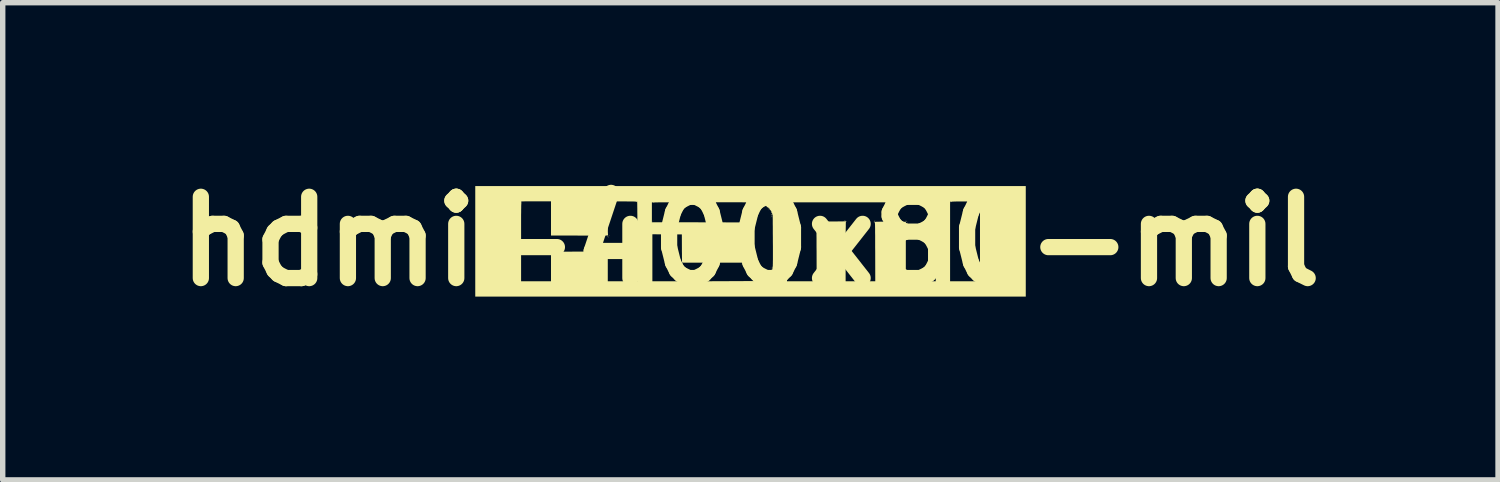
<source format=kicad_pcb>
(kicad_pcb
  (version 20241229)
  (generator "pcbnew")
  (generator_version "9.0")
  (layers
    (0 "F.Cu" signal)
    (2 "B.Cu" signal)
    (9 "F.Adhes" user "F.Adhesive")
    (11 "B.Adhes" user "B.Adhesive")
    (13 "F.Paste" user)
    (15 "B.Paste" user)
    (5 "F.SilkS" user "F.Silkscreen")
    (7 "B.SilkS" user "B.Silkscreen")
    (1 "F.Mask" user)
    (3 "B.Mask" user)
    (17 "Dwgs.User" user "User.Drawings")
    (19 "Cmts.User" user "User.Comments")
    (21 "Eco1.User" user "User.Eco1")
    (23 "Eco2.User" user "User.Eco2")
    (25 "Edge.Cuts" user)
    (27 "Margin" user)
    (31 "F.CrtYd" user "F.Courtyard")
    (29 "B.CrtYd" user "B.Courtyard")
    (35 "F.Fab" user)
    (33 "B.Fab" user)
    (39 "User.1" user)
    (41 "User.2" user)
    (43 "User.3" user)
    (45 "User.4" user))
  (footprint "hdmi-400x80-mil"
    (layer "F.Cu")
    (at 10.8 1.404)
    (property "Reference" "hdmi-400x80-mil" (at 0 0 0) (layer "F.SilkS") (effects (font (size 1.5 1.5) (thickness 0.3))))
    (attr board_only exclude_from_pos_files exclude_from_bom)
    (fp_poly (pts (xy -4.221 -0.73) (xy -4.224 -0.727) (xy -4.227 -0.73) (xy -4.224 -0.733)) (stroke (width 0) (type solid)) (fill yes) (layer "F.SilkS"))
    (fp_poly (pts (xy -2.626 0.155) (xy -2.629 0.158) (xy -2.632 0.155) (xy -2.629 0.152)) (stroke (width 0) (type solid)) (fill yes) (layer "F.SilkS"))
    (fp_poly (pts (xy -2.615 0.166) (xy -2.618 0.169) (xy -2.621 0.166) (xy -2.618 0.163)) (stroke (width 0) (type solid)) (fill yes) (layer "F.SilkS"))
    (fp_poly (pts (xy -2.609 -0.719) (xy -2.612 -0.716) (xy -2.615 -0.719) (xy -2.612 -0.721)) (stroke (width 0) (type solid)) (fill yes) (layer "F.SilkS"))
    (fp_poly (pts (xy -2.604 0.161) (xy -2.607 0.163) (xy -2.609 0.161) (xy -2.607 0.158)) (stroke (width 0) (type solid)) (fill yes) (layer "F.SilkS"))
    (fp_poly (pts (xy -2.604 0.189) (xy -2.607 0.192) (xy -2.609 0.189) (xy -2.607 0.186)) (stroke (width 0) (type solid)) (fill yes) (layer "F.SilkS"))
    (fp_poly (pts (xy -1.809 -0.713) (xy -1.812 -0.71) (xy -1.815 -0.713) (xy -1.812 -0.716)) (stroke (width 0) (type solid)) (fill yes) (layer "F.SilkS"))
    (fp_poly (pts (xy -1.809 -0.358) (xy -1.812 -0.355) (xy -1.815 -0.358) (xy -1.812 -0.361)) (stroke (width 0) (type solid)) (fill yes) (layer "F.SilkS"))
    (fp_poly (pts (xy -1.803 -0.375) (xy -1.806 -0.372) (xy -1.809 -0.375) (xy -1.806 -0.378)) (stroke (width 0) (type solid)) (fill yes) (layer "F.SilkS"))
    (fp_poly (pts (xy -1.798 -0.364) (xy -1.801 -0.361) (xy -1.803 -0.364) (xy -1.801 -0.366)) (stroke (width 0) (type solid)) (fill yes) (layer "F.SilkS"))
    (fp_poly (pts (xy -1.798 -0.121) (xy -1.801 -0.118) (xy -1.803 -0.121) (xy -1.801 -0.124)) (stroke (width 0) (type solid)) (fill yes) (layer "F.SilkS"))
    (fp_poly (pts (xy -1.792 -0.38) (xy -1.795 -0.378) (xy -1.798 -0.38) (xy -1.795 -0.383)) (stroke (width 0) (type solid)) (fill yes) (layer "F.SilkS"))
    (fp_poly (pts (xy -1.274 0.409) (xy -1.276 0.411) (xy -1.279 0.409) (xy -1.276 0.406)) (stroke (width 0) (type solid)) (fill yes) (layer "F.SilkS"))
    (fp_poly (pts (xy -0.158 0.42) (xy -0.161 0.423) (xy -0.163 0.42) (xy -0.161 0.417)) (stroke (width 0) (type solid)) (fill yes) (layer "F.SilkS"))
    (fp_poly (pts (xy -0.152 0.409) (xy -0.155 0.411) (xy -0.158 0.409) (xy -0.155 0.406)) (stroke (width 0) (type solid)) (fill yes) (layer "F.SilkS"))
    (fp_poly (pts (xy -0.141 -0.364) (xy -0.144 -0.361) (xy -0.147 -0.364) (xy -0.144 -0.366)) (stroke (width 0) (type solid)) (fill yes) (layer "F.SilkS"))
    (fp_poly (pts (xy -0.141 0.386) (xy -0.144 0.389) (xy -0.147 0.386) (xy -0.144 0.383)) (stroke (width 0) (type solid)) (fill yes) (layer "F.SilkS"))
    (fp_poly (pts (xy -0.135 -0.375) (xy -0.138 -0.372) (xy -0.141 -0.375) (xy -0.138 -0.378)) (stroke (width 0) (type solid)) (fill yes) (layer "F.SilkS"))
    (fp_poly (pts (xy -0.135 0.403) (xy -0.138 0.406) (xy -0.141 0.403) (xy -0.138 0.4)) (stroke (width 0) (type solid)) (fill yes) (layer "F.SilkS"))
    (fp_poly (pts (xy 0.073 -0.713) (xy 0.07 -0.71) (xy 0.068 -0.713) (xy 0.07 -0.716)) (stroke (width 0) (type solid)) (fill yes) (layer "F.SilkS"))
    (fp_poly (pts (xy 0.085 -0.707) (xy 0.082 -0.704) (xy 0.079 -0.707) (xy 0.082 -0.71)) (stroke (width 0) (type solid)) (fill yes) (layer "F.SilkS"))
    (fp_poly (pts (xy 0.163 -0.685) (xy 0.161 -0.682) (xy 0.158 -0.685) (xy 0.161 -0.688)) (stroke (width 0) (type solid)) (fill yes) (layer "F.SilkS"))
    (fp_poly (pts (xy 0.163 -0.662) (xy 0.161 -0.659) (xy 0.158 -0.662) (xy 0.161 -0.665)) (stroke (width 0) (type solid)) (fill yes) (layer "F.SilkS"))
    (fp_poly (pts (xy 0.163 0.702) (xy 0.161 0.704) (xy 0.158 0.702) (xy 0.161 0.699)) (stroke (width 0) (type solid)) (fill yes) (layer "F.SilkS"))
    (fp_poly (pts (xy 0.175 -0.662) (xy 0.172 -0.659) (xy 0.169 -0.662) (xy 0.172 -0.665)) (stroke (width 0) (type solid)) (fill yes) (layer "F.SilkS"))
    (fp_poly (pts (xy 0.186 0.707) (xy 0.183 0.71) (xy 0.18 0.707) (xy 0.183 0.704)) (stroke (width 0) (type solid)) (fill yes) (layer "F.SilkS"))
    (fp_poly (pts (xy 0.192 0.696) (xy 0.189 0.699) (xy 0.186 0.696) (xy 0.189 0.693)) (stroke (width 0) (type solid)) (fill yes) (layer "F.SilkS"))
    (fp_poly (pts (xy 0.209 -0.679) (xy 0.206 -0.676) (xy 0.203 -0.679) (xy 0.206 -0.682)) (stroke (width 0) (type solid)) (fill yes) (layer "F.SilkS"))
    (fp_poly (pts (xy 0.209 0.707) (xy 0.206 0.71) (xy 0.203 0.707) (xy 0.206 0.704)) (stroke (width 0) (type solid)) (fill yes) (layer "F.SilkS"))
    (fp_poly (pts (xy 0.214 0.696) (xy 0.211 0.699) (xy 0.209 0.696) (xy 0.211 0.693)) (stroke (width 0) (type solid)) (fill yes) (layer "F.SilkS"))
    (fp_poly (pts (xy 0.22 0.707) (xy 0.217 0.71) (xy 0.214 0.707) (xy 0.217 0.704)) (stroke (width 0) (type solid)) (fill yes) (layer "F.SilkS"))
    (fp_poly (pts (xy 0.231 -0.679) (xy 0.228 -0.676) (xy 0.225 -0.679) (xy 0.228 -0.682)) (stroke (width 0) (type solid)) (fill yes) (layer "F.SilkS"))
    (fp_poly (pts (xy 0.287 0.662) (xy 0.285 0.665) (xy 0.282 0.662) (xy 0.285 0.659)) (stroke (width 0) (type solid)) (fill yes) (layer "F.SilkS"))
    (fp_poly (pts (xy 0.304 0.651) (xy 0.302 0.654) (xy 0.299 0.651) (xy 0.302 0.648)) (stroke (width 0) (type solid)) (fill yes) (layer "F.SilkS"))
    (fp_poly (pts (xy 0.31 0.662) (xy 0.307 0.665) (xy 0.304 0.662) (xy 0.307 0.659)) (stroke (width 0) (type solid)) (fill yes) (layer "F.SilkS"))
    (fp_poly (pts (xy 0.338 -0.578) (xy 0.335 -0.575) (xy 0.333 -0.578) (xy 0.335 -0.58)) (stroke (width 0) (type solid)) (fill yes) (layer "F.SilkS"))
    (fp_poly (pts (xy 0.383 -0.442) (xy 0.38 -0.44) (xy 0.378 -0.442) (xy 0.38 -0.445)) (stroke (width 0) (type solid)) (fill yes) (layer "F.SilkS"))
    (fp_poly (pts (xy 0.383 0.482) (xy 0.38 0.485) (xy 0.378 0.482) (xy 0.38 0.479)) (stroke (width 0) (type solid)) (fill yes) (layer "F.SilkS"))
    (fp_poly (pts (xy 0.389 -0.476) (xy 0.386 -0.473) (xy 0.383 -0.476) (xy 0.386 -0.479)) (stroke (width 0) (type solid)) (fill yes) (layer "F.SilkS"))
    (fp_poly (pts (xy 0.394 -0.504) (xy 0.392 -0.502) (xy 0.389 -0.504) (xy 0.392 -0.507)) (stroke (width 0) (type solid)) (fill yes) (layer "F.SilkS"))
    (fp_poly (pts (xy 0.394 0.476) (xy 0.392 0.479) (xy 0.389 0.476) (xy 0.392 0.473)) (stroke (width 0) (type solid)) (fill yes) (layer "F.SilkS"))
    (fp_poly (pts (xy 0.394 0.516) (xy 0.392 0.518) (xy 0.389 0.516) (xy 0.392 0.513)) (stroke (width 0) (type solid)) (fill yes) (layer "F.SilkS"))
    (fp_poly (pts (xy 0.394 0.538) (xy 0.392 0.541) (xy 0.389 0.538) (xy 0.392 0.535)) (stroke (width 0) (type solid)) (fill yes) (layer "F.SilkS"))
    (fp_poly (pts (xy 0.4 0.527) (xy 0.397 0.53) (xy 0.394 0.527) (xy 0.397 0.524)) (stroke (width 0) (type solid)) (fill yes) (layer "F.SilkS"))
    (fp_poly (pts (xy 1.195 -0.38) (xy 1.192 -0.378) (xy 1.189 -0.38) (xy 1.192 -0.383)) (stroke (width 0) (type solid)) (fill yes) (layer "F.SilkS"))
    (fp_poly (pts (xy 1.206 -0.386) (xy 1.203 -0.383) (xy 1.2 -0.386) (xy 1.203 -0.389)) (stroke (width 0) (type solid)) (fill yes) (layer "F.SilkS"))
    (fp_poly (pts (xy 1.206 -0.375) (xy 1.203 -0.372) (xy 1.2 -0.375) (xy 1.203 -0.378)) (stroke (width 0) (type solid)) (fill yes) (layer "F.SilkS"))
    (fp_poly (pts (xy 1.217 -0.38) (xy 1.214 -0.378) (xy 1.212 -0.38) (xy 1.214 -0.383)) (stroke (width 0) (type solid)) (fill yes) (layer "F.SilkS"))
    (fp_poly (pts (xy 2.277 -0.358) (xy 2.274 -0.355) (xy 2.271 -0.358) (xy 2.274 -0.361)) (stroke (width 0) (type solid)) (fill yes) (layer "F.SilkS"))
    (fp_poly (pts (xy 2.288 -0.386) (xy 2.285 -0.383) (xy 2.282 -0.386) (xy 2.285 -0.389)) (stroke (width 0) (type solid)) (fill yes) (layer "F.SilkS"))
    (fp_poly (pts (xy 2.863 -0.38) (xy 2.86 -0.378) (xy 2.857 -0.38) (xy 2.86 -0.383)) (stroke (width 0) (type solid)) (fill yes) (layer "F.SilkS"))
    (fp_poly (pts (xy 2.863 -0.369) (xy 2.86 -0.366) (xy 2.857 -0.369) (xy 2.86 -0.372)) (stroke (width 0) (type solid)) (fill yes) (layer "F.SilkS"))
    (fp_poly (pts (xy 2.874 -0.375) (xy 2.871 -0.372) (xy 2.869 -0.375) (xy 2.871 -0.378)) (stroke (width 0) (type solid)) (fill yes) (layer "F.SilkS"))
    (fp_poly (pts (xy 2.88 -0.358) (xy 2.877 -0.355) (xy 2.874 -0.358) (xy 2.877 -0.361)) (stroke (width 0) (type solid)) (fill yes) (layer "F.SilkS"))
    (fp_poly (pts (xy 2.885 -0.386) (xy 2.883 -0.383) (xy 2.88 -0.386) (xy 2.883 -0.389)) (stroke (width 0) (type solid)) (fill yes) (layer "F.SilkS"))
    (fp_poly (pts (xy 3.184 -0.69) (xy 3.181 -0.688) (xy 3.179 -0.69) (xy 3.181 -0.693)) (stroke (width 0) (type solid)) (fill yes) (layer "F.SilkS"))
    (fp_poly (pts (xy 3.19 -0.679) (xy 3.187 -0.676) (xy 3.184 -0.679) (xy 3.187 -0.682)) (stroke (width 0) (type solid)) (fill yes) (layer "F.SilkS"))
    (fp_poly (pts (xy 3.218 -0.668) (xy 3.215 -0.665) (xy 3.212 -0.668) (xy 3.215 -0.671)) (stroke (width 0) (type solid)) (fill yes) (layer "F.SilkS"))
    (fp_poly (pts (xy 3.229 -0.668) (xy 3.226 -0.665) (xy 3.224 -0.668) (xy 3.226 -0.671)) (stroke (width 0) (type solid)) (fill yes) (layer "F.SilkS"))
    (fp_poly (pts (xy 3.257 -0.668) (xy 3.255 -0.665) (xy 3.252 -0.668) (xy 3.255 -0.671)) (stroke (width 0) (type solid)) (fill yes) (layer "F.SilkS"))
    (fp_poly (pts (xy 3.269 -0.645) (xy 3.266 -0.642) (xy 3.263 -0.645) (xy 3.266 -0.648)) (stroke (width 0) (type solid)) (fill yes) (layer "F.SilkS"))
    (fp_poly (pts (xy 3.286 -0.657) (xy 3.283 -0.654) (xy 3.28 -0.657) (xy 3.283 -0.659)) (stroke (width 0) (type solid)) (fill yes) (layer "F.SilkS"))
    (fp_poly (pts (xy 3.291 -0.64) (xy 3.288 -0.637) (xy 3.286 -0.64) (xy 3.288 -0.642)) (stroke (width 0) (type solid)) (fill yes) (layer "F.SilkS"))
    (fp_poly (pts (xy 3.297 -0.623) (xy 3.294 -0.62) (xy 3.291 -0.623) (xy 3.294 -0.626)) (stroke (width 0) (type solid)) (fill yes) (layer "F.SilkS"))
    (fp_poly (pts (xy 3.308 -0.628) (xy 3.305 -0.626) (xy 3.303 -0.628) (xy 3.305 -0.631)) (stroke (width 0) (type solid)) (fill yes) (layer "F.SilkS"))
    (fp_poly (pts (xy 3.319 -0.628) (xy 3.317 -0.626) (xy 3.314 -0.628) (xy 3.317 -0.631)) (stroke (width 0) (type solid)) (fill yes) (layer "F.SilkS"))
    (fp_poly (pts (xy 3.319 -0.589) (xy 3.317 -0.586) (xy 3.314 -0.589) (xy 3.317 -0.592)) (stroke (width 0) (type solid)) (fill yes) (layer "F.SilkS"))
    (fp_poly (pts (xy 3.331 -0.589) (xy 3.328 -0.586) (xy 3.325 -0.589) (xy 3.328 -0.592)) (stroke (width 0) (type solid)) (fill yes) (layer "F.SilkS"))
    (fp_poly (pts (xy 3.331 -0.578) (xy 3.328 -0.575) (xy 3.325 -0.578) (xy 3.328 -0.58)) (stroke (width 0) (type solid)) (fill yes) (layer "F.SilkS"))
    (fp_poly (pts (xy 3.404 -0.493) (xy 3.401 -0.49) (xy 3.398 -0.493) (xy 3.401 -0.496)) (stroke (width 0) (type solid)) (fill yes) (layer "F.SilkS"))
    (fp_poly (pts (xy 3.404 -0.482) (xy 3.401 -0.479) (xy 3.398 -0.482) (xy 3.401 -0.485)) (stroke (width 0) (type solid)) (fill yes) (layer "F.SilkS"))
    (fp_poly (pts (xy 3.41 -0.454) (xy 3.407 -0.451) (xy 3.404 -0.454) (xy 3.407 -0.456)) (stroke (width 0) (type solid)) (fill yes) (layer "F.SilkS"))
    (fp_poly (pts (xy 3.41 -0.442) (xy 3.407 -0.44) (xy 3.404 -0.442) (xy 3.407 -0.445)) (stroke (width 0) (type solid)) (fill yes) (layer "F.SilkS"))
    (fp_poly (pts (xy 3.703 -0.707) (xy 3.7 -0.704) (xy 3.697 -0.707) (xy 3.7 -0.71)) (stroke (width 0) (type solid)) (fill yes) (layer "F.SilkS"))
    (fp_poly (pts (xy 4.227 -0.707) (xy 4.224 -0.704) (xy 4.221 -0.707) (xy 4.224 -0.71)) (stroke (width 0) (type solid)) (fill yes) (layer "F.SilkS"))
    (fp_poly (pts (xy -2.628 0.171) (xy -2.627 0.178) (xy -2.628 0.178) (xy -2.631 0.178) (xy -2.632 0.175) (xy -2.63 0.17)) (stroke (width 0) (type solid)) (fill yes) (layer "F.SilkS"))
    (fp_poly (pts (xy -0.126 -0.364) (xy -0.127 -0.361) (xy -0.13 -0.361) (xy -0.134 -0.363) (xy -0.133 -0.364) (xy -0.127 -0.365)) (stroke (width 0) (type solid)) (fill yes) (layer "F.SilkS"))
    (fp_poly (pts (xy 0.212 -0.669) (xy 0.212 -0.665) (xy 0.209 -0.665) (xy 0.204 -0.667) (xy 0.205 -0.669) (xy 0.211 -0.669)) (stroke (width 0) (type solid)) (fill yes) (layer "F.SilkS"))
    (fp_poly (pts (xy 0.387 0.492) (xy 0.386 0.496) (xy 0.383 0.496) (xy 0.379 0.494) (xy 0.379 0.492) (xy 0.386 0.492)) (stroke (width 0) (type solid)) (fill yes) (layer "F.SilkS"))
    (fp_poly (pts (xy 0.686 -0.714) (xy 0.686 -0.707) (xy 0.686 -0.706) (xy 0.682 -0.707) (xy 0.682 -0.71) (xy 0.684 -0.715)) (stroke (width 0) (type solid)) (fill yes) (layer "F.SilkS"))
    (fp_poly (pts (xy 3.188 -0.669) (xy 3.189 -0.662) (xy 3.188 -0.661) (xy 3.185 -0.662) (xy 3.184 -0.665) (xy 3.186 -0.67)) (stroke (width 0) (type solid)) (fill yes) (layer "F.SilkS"))
    (fp_poly (pts (xy 3.301 -0.646) (xy 3.301 -0.64) (xy 3.301 -0.639) (xy 3.297 -0.639) (xy 3.297 -0.642) (xy 3.299 -0.647)) (stroke (width 0) (type solid)) (fill yes) (layer "F.SilkS"))
    (fp_poly (pts (xy -2.621 0.188) (xy -2.615 0.194) (xy -2.617 0.197) (xy -2.617 0.197) (xy -2.622 0.193) (xy -2.624 0.191) (xy -2.625 0.187)) (stroke (width 0) (type solid)) (fill yes) (layer "F.SilkS"))
    (fp_poly (pts (xy -2.605 -0.11) (xy -2.599 -0.105) (xy -2.6 -0.101) (xy -2.601 -0.101) (xy -2.605 -0.105) (xy -2.607 -0.108) (xy -2.608 -0.112)) (stroke (width 0) (type solid)) (fill yes) (layer "F.SilkS"))
    (fp_poly (pts (xy -2.605 0.171) (xy -2.599 0.177) (xy -2.6 0.18) (xy -2.601 0.18) (xy -2.605 0.176) (xy -2.607 0.174) (xy -2.608 0.17)) (stroke (width 0) (type solid)) (fill yes) (layer "F.SilkS"))
    (fp_poly (pts (xy -1.286 0.414) (xy -1.28 0.419) (xy -1.281 0.423) (xy -1.282 0.423) (xy -1.287 0.419) (xy -1.288 0.416) (xy -1.289 0.412)) (stroke (width 0) (type solid)) (fill yes) (layer "F.SilkS"))
    (fp_poly (pts (xy 0.174 -0.694) (xy 0.176 -0.688) (xy 0.178 -0.678) (xy 0.175 -0.678) (xy 0.171 -0.685) (xy 0.17 -0.694) (xy 0.17 -0.696)) (stroke (width 0) (type solid)) (fill yes) (layer "F.SilkS"))
    (fp_poly (pts (xy 0.339 -0.605) (xy 0.341 -0.599) (xy 0.341 -0.597) (xy 0.336 -0.592) (xy 0.334 -0.598) (xy 0.334 -0.6) (xy 0.337 -0.606)) (stroke (width 0) (type solid)) (fill yes) (layer "F.SilkS"))
    (fp_poly (pts (xy 0.349 0.605) (xy 0.355 0.611) (xy 0.355 0.612) (xy 0.352 0.614) (xy 0.347 0.609) (xy 0.346 0.608) (xy 0.345 0.604)) (stroke (width 0) (type solid)) (fill yes) (layer "F.SilkS"))
    (fp_poly (pts (xy 1.194 -0.358) (xy 1.2 -0.353) (xy 1.2 -0.352) (xy 1.198 -0.35) (xy 1.192 -0.355) (xy 1.191 -0.356) (xy 1.191 -0.36)) (stroke (width 0) (type solid)) (fill yes) (layer "F.SilkS"))
    (fp_poly (pts (xy 1.739 -0.384) (xy 1.74 -0.38) (xy 1.738 -0.373) (xy 1.734 -0.376) (xy 1.733 -0.377) (xy 1.733 -0.384) (xy 1.735 -0.385)) (stroke (width 0) (type solid)) (fill yes) (layer "F.SilkS"))
    (fp_poly (pts (xy 2.298 -0.387) (xy 2.304 -0.381) (xy 2.305 -0.38) (xy 2.302 -0.378) (xy 2.297 -0.383) (xy 2.296 -0.384) (xy 2.295 -0.388)) (stroke (width 0) (type solid)) (fill yes) (layer "F.SilkS"))
    (fp_poly (pts (xy 2.896 -0.358) (xy 2.902 -0.353) (xy 2.902 -0.352) (xy 2.9 -0.35) (xy 2.894 -0.355) (xy 2.893 -0.356) (xy 2.893 -0.36)) (stroke (width 0) (type solid)) (fill yes) (layer "F.SilkS"))
    (fp_poly (pts (xy 3.319 -0.606) (xy 3.325 -0.601) (xy 3.325 -0.6) (xy 3.322 -0.598) (xy 3.317 -0.603) (xy 3.316 -0.604) (xy 3.315 -0.608)) (stroke (width 0) (type solid)) (fill yes) (layer "F.SilkS"))
    (fp_poly (pts (xy 3.335 -0.601) (xy 3.341 -0.595) (xy 3.342 -0.594) (xy 3.339 -0.592) (xy 3.334 -0.597) (xy 3.333 -0.598) (xy 3.332 -0.602)) (stroke (width 0) (type solid)) (fill yes) (layer "F.SilkS"))
    (fp_poly (pts (xy 3.341 -0.584) (xy 3.347 -0.579) (xy 3.348 -0.577) (xy 3.345 -0.575) (xy 3.339 -0.58) (xy 3.339 -0.581) (xy 3.338 -0.585)) (stroke (width 0) (type solid)) (fill yes) (layer "F.SilkS"))
    (fp_poly (pts (xy -1.272 0.384) (xy -1.276 0.389) (xy -1.286 0.398) (xy -1.289 0.399) (xy -1.287 0.392) (xy -1.28 0.383) (xy -1.275 0.381) (xy -1.27 0.379)) (stroke (width 0) (type solid)) (fill yes) (layer "F.SilkS"))
    (fp_poly (pts (xy -1.249 0.408) (xy -1.257 0.417) (xy -1.261 0.42) (xy -1.266 0.421) (xy -1.264 0.416) (xy -1.26 0.412) (xy -1.25 0.402) (xy -1.247 0.401)) (stroke (width 0) (type solid)) (fill yes) (layer "F.SilkS"))
    (fp_poly (pts (xy -0.148 -0.375) (xy -0.151 -0.371) (xy -0.16 -0.362) (xy -0.163 -0.362) (xy -0.163 -0.363) (xy -0.16 -0.368) (xy -0.154 -0.373) (xy -0.147 -0.378)) (stroke (width 0) (type solid)) (fill yes) (layer "F.SilkS"))
    (fp_poly (pts (xy -0.126 0.381) (xy -0.127 0.383) (xy -0.132 0.389) (xy -0.133 0.389) (xy -0.133 0.385) (xy -0.132 0.383) (xy -0.127 0.378) (xy -0.126 0.378)) (stroke (width 0) (type solid)) (fill yes) (layer "F.SilkS"))
    (fp_poly (pts (xy -0.12 0.398) (xy -0.121 0.4) (xy -0.126 0.406) (xy -0.127 0.406) (xy -0.128 0.402) (xy -0.127 0.4) (xy -0.121 0.395) (xy -0.121 0.394)) (stroke (width 0) (type solid)) (fill yes) (layer "F.SilkS"))
    (fp_poly (pts (xy 0.184 0.719) (xy 0.183 0.721) (xy 0.178 0.727) (xy 0.177 0.727) (xy 0.176 0.723) (xy 0.178 0.721) (xy 0.183 0.716) (xy 0.184 0.716)) (stroke (width 0) (type solid)) (fill yes) (layer "F.SilkS"))
    (fp_poly (pts (xy 0.263 0.657) (xy 0.26 0.661) (xy 0.252 0.67) (xy 0.248 0.67) (xy 0.248 0.669) (xy 0.252 0.664) (xy 0.258 0.659) (xy 0.265 0.654)) (stroke (width 0) (type solid)) (fill yes) (layer "F.SilkS"))
    (fp_poly (pts (xy 0.301 -0.638) (xy 0.301 -0.636) (xy 0.296 -0.631) (xy 0.296 -0.631) (xy 0.291 -0.635) (xy 0.291 -0.636) (xy 0.292 -0.64) (xy 0.296 -0.641)) (stroke (width 0) (type solid)) (fill yes) (layer "F.SilkS"))
    (fp_poly (pts (xy 0.353 -0.594) (xy 0.352 -0.592) (xy 0.347 -0.586) (xy 0.346 -0.586) (xy 0.346 -0.59) (xy 0.347 -0.592) (xy 0.352 -0.597) (xy 0.353 -0.597)) (stroke (width 0) (type solid)) (fill yes) (layer "F.SilkS"))
    (fp_poly (pts (xy 0.387 -0.498) (xy 0.394 -0.494) (xy 0.394 -0.493) (xy 0.39 -0.49) (xy 0.387 -0.489) (xy 0.38 -0.49) (xy 0.379 -0.493) (xy 0.383 -0.498)) (stroke (width 0) (type solid)) (fill yes) (layer "F.SilkS"))
    (fp_poly (pts (xy 0.387 0.528) (xy 0.386 0.53) (xy 0.381 0.535) (xy 0.38 0.535) (xy 0.379 0.532) (xy 0.38 0.53) (xy 0.386 0.524) (xy 0.387 0.524)) (stroke (width 0) (type solid)) (fill yes) (layer "F.SilkS"))
    (fp_poly (pts (xy 1.762 -0.385) (xy 1.761 -0.383) (xy 1.756 -0.378) (xy 1.755 -0.378) (xy 1.754 -0.381) (xy 1.756 -0.383) (xy 1.761 -0.389) (xy 1.762 -0.389)) (stroke (width 0) (type solid)) (fill yes) (layer "F.SilkS"))
    (fp_poly (pts (xy 2.885 -0.375) (xy 2.891 -0.37) (xy 2.891 -0.369) (xy 2.887 -0.366) (xy 2.885 -0.366) (xy 2.88 -0.371) (xy 2.88 -0.372) (xy 2.883 -0.376)) (stroke (width 0) (type solid)) (fill yes) (layer "F.SilkS"))
    (fp_poly (pts (xy 3.283 -0.625) (xy 3.284 -0.622) (xy 3.283 -0.615) (xy 3.283 -0.614) (xy 3.278 -0.618) (xy 3.275 -0.622) (xy 3.272 -0.628) (xy 3.276 -0.629)) (stroke (width 0) (type solid)) (fill yes) (layer "F.SilkS"))
    (fp_poly (pts (xy 3.363 -0.543) (xy 3.362 -0.541) (xy 3.356 -0.536) (xy 3.355 -0.535) (xy 3.355 -0.539) (xy 3.356 -0.541) (xy 3.361 -0.546) (xy 3.362 -0.547)) (stroke (width 0) (type solid)) (fill yes) (layer "F.SilkS"))
    (fp_poly (pts (xy 3.368 -0.56) (xy 3.367 -0.558) (xy 3.362 -0.553) (xy 3.361 -0.552) (xy 3.361 -0.556) (xy 3.362 -0.558) (xy 3.367 -0.563) (xy 3.368 -0.564)) (stroke (width 0) (type solid)) (fill yes) (layer "F.SilkS"))
    (fp_poly (pts (xy 3.379 -0.533) (xy 3.379 -0.531) (xy 3.371 -0.527) (xy 3.367 -0.526) (xy 3.361 -0.527) (xy 3.361 -0.528) (xy 3.369 -0.532) (xy 3.374 -0.533)) (stroke (width 0) (type solid)) (fill yes) (layer "F.SilkS"))
    (fp_poly (pts (xy 0.287 0.672) (xy 0.287 0.676) (xy 0.279 0.683) (xy 0.278 0.684) (xy 0.269 0.69) (xy 0.265 0.69) (xy 0.265 0.69) (xy 0.269 0.683) (xy 0.277 0.675) (xy 0.286 0.671)) (stroke (width 0) (type solid)) (fill yes) (layer "F.SilkS"))
    (fp_poly (pts (xy 0.403 -0.467) (xy 0.405 -0.462) (xy 0.403 -0.463) (xy 0.395 -0.464) (xy 0.391 -0.461) (xy 0.384 -0.457) (xy 0.383 -0.458) (xy 0.387 -0.463) (xy 0.391 -0.467) (xy 0.399 -0.471)) (stroke (width 0) (type solid)) (fill yes) (layer "F.SilkS"))
    (fp_poly (pts (xy -2.631 -0.089) (xy -2.624 -0.082) (xy -2.619 -0.082) (xy -2.616 -0.083) (xy -2.617 -0.08) (xy -2.622 -0.074) (xy -2.627 -0.076) (xy -2.631 -0.08) (xy -2.637 -0.089) (xy -2.637 -0.093) (xy -2.635 -0.094)) (stroke (width 0) (type solid)) (fill yes) (layer "F.SilkS"))
    (fp_poly (pts (xy 5.083 0) (xy 5.083 1.02) (xy 0.003 1.02) (xy -5.078 1.02) (xy -5.078 0.738) (xy -4.232 0.738) (xy -3.956 0.738) (xy -3.68 0.738) (xy -3.68 0.465) (xy -3.68 0.192) (xy -3.156 0.19) (xy -2.632 0.189) (xy -2.632 0.464) (xy -2.632 0.738) (xy -2.359 0.738) (xy -2.085 0.738) (xy -2.085 0) (xy -2.085 -0.118) (xy -2.085 -0.225) (xy -2.086 -0.322) (xy -2.086 -0.352) (xy -1.818 -0.352) (xy -0.985 -0.351) (xy -0.152 -0.349) (xy -0.152 0.023) (xy -0.152 0.394) (xy -0.704 0.394) (xy -0.782 0.394) (xy -0.857 0.394) (xy -0.928 0.394) (xy -0.994 0.394) (xy -1.054 0.394) (xy -1.108 0.394) (xy -1.156 0.394) (xy -1.195 0.394) (xy -1.226 0.394) (xy -1.247 0.393) (xy -1.258 0.393) (xy -1.26 0.393) (xy -1.26 0.387) (xy -1.261 0.371) (xy -1.262 0.347) (xy -1.262 0.314) (xy -1.263 0.274) (xy -1.263 0.229) (xy -1.264 0.179) (xy -1.264 0.132) (xy -1.265 -0.127) (xy -1.537 -0.128) (xy -1.809 -0.13) (xy -1.809 0.304) (xy -1.809 0.738) (xy -1.771 0.738) (xy 0.676 0.738) (xy 0.95 0.738) (xy 1.223 0.738) (xy 1.222 0.19) (xy 1.221 0.099) (xy 1.221 0.018) (xy 1.221 -0.053) (xy 1.22 -0.115) (xy 1.22 -0.168) (xy 1.22 -0.212) (xy 1.219 -0.25) (xy 1.219 -0.28) (xy 1.218 -0.304) (xy 1.217 -0.323) (xy 1.216 -0.337) (xy 1.215 -0.347) (xy 1.214 -0.353) (xy 1.213 -0.355) (xy 1.212 -0.356) (xy 1.206 -0.356) (xy 1.209 -0.36) (xy 1.215 -0.362) (xy 1.218 -0.362) (xy 1.22 -0.361) (xy 1.222 -0.363) (xy 1.229 -0.363) (xy 1.252 -0.365) (xy 1.284 -0.365) (xy 1.326 -0.366) (xy 1.378 -0.366) (xy 1.44 -0.366) (xy 1.485 -0.366) (xy 1.557 -0.366) (xy 1.617 -0.367) (xy 1.667 -0.367) (xy 1.706 -0.368) (xy 1.735 -0.369) (xy 1.753 -0.37) (xy 1.761 -0.372) (xy 1.761 -0.372) (xy 1.769 -0.374) (xy 1.775 -0.37) (xy 1.774 -0.363) (xy 1.773 -0.362) (xy 1.77 -0.363) (xy 1.77 -0.366) (xy 1.766 -0.37) (xy 1.764 -0.369) (xy 1.763 -0.363) (xy 1.762 -0.346) (xy 1.761 -0.318) (xy 1.761 -0.279) (xy 1.76 -0.23) (xy 1.759 -0.171) (xy 1.759 -0.102) (xy 1.759 -0.023) (xy 1.759 0.065) (xy 1.758 0.163) (xy 1.758 0.186) (xy 1.758 0.738) (xy 2.032 0.738) (xy 2.305 0.738) (xy 2.304 0.193) (xy 2.303 0.103) (xy 2.303 0.023) (xy 2.303 -0.047) (xy 2.303 -0.108) (xy 2.302 -0.16) (xy 2.302 -0.204) (xy 2.302 -0.241) (xy 2.301 -0.271) (xy 2.301 -0.295) (xy 2.3 -0.313) (xy 2.299 -0.328) (xy 2.298 -0.338) (xy 2.297 -0.344) (xy 2.296 -0.348) (xy 2.294 -0.35) (xy 2.293 -0.351) (xy 2.291 -0.351) (xy 2.284 -0.351) (xy 2.286 -0.353) (xy 2.291 -0.362) (xy 2.291 -0.368) (xy 2.292 -0.374) (xy 2.294 -0.374) (xy 2.297 -0.368) (xy 2.297 -0.366) (xy 2.297 -0.359) (xy 2.299 -0.358) (xy 2.305 -0.357) (xy 2.305 -0.359) (xy 2.31 -0.36) (xy 2.326 -0.361) (xy 2.351 -0.361) (xy 2.384 -0.362) (xy 2.424 -0.362) (xy 2.469 -0.362) (xy 2.52 -0.362) (xy 2.575 -0.362) (xy 2.587 -0.362) (xy 2.869 -0.36) (xy 2.869 0.189) (xy 2.869 0.738) (xy 3.145 0.738) (xy 3.421 0.738) (xy 3.686 0.738) (xy 3.962 0.738) (xy 4.238 0.738) (xy 4.238 0.006) (xy 4.238 -0.726) (xy 4.224 -0.724) (xy 4.214 -0.725) (xy 4.212 -0.729) (xy 4.208 -0.731) (xy 4.197 -0.732) (xy 4.177 -0.733) (xy 4.149 -0.734) (xy 4.111 -0.735) (xy 4.064 -0.735) (xy 4.006 -0.735) (xy 3.962 -0.735) (xy 3.897 -0.735) (xy 3.842 -0.735) (xy 3.798 -0.735) (xy 3.764 -0.734) (xy 3.739 -0.733) (xy 3.722 -0.732) (xy 3.714 -0.73) (xy 3.712 -0.729) (xy 3.708 -0.725) (xy 3.7 -0.724) (xy 3.686 -0.726) (xy 3.686 0.006) (xy 3.686 0.738) (xy 3.421 0.738) (xy 3.421 0.144) (xy 3.421 -0.451) (xy 3.409 -0.463) (xy 3.401 -0.471) (xy 3.402 -0.473) (xy 3.406 -0.471) (xy 3.413 -0.47) (xy 3.415 -0.475) (xy 3.413 -0.488) (xy 3.413 -0.488) (xy 3.407 -0.513) (xy 3.399 -0.533) (xy 3.391 -0.546) (xy 3.383 -0.55) (xy 3.383 -0.55) (xy 3.377 -0.549) (xy 3.38 -0.554) (xy 3.381 -0.555) (xy 3.385 -0.562) (xy 3.382 -0.564) (xy 3.376 -0.568) (xy 3.376 -0.572) (xy 3.372 -0.582) (xy 3.369 -0.584) (xy 3.365 -0.585) (xy 3.366 -0.582) (xy 3.365 -0.577) (xy 3.362 -0.577) (xy 3.357 -0.579) (xy 3.359 -0.586) (xy 3.36 -0.595) (xy 3.353 -0.606) (xy 3.348 -0.611) (xy 3.337 -0.619) (xy 3.329 -0.622) (xy 3.328 -0.621) (xy 3.326 -0.621) (xy 3.327 -0.624) (xy 3.324 -0.63) (xy 3.314 -0.64) (xy 3.296 -0.654) (xy 3.293 -0.656) (xy 3.273 -0.669) (xy 3.26 -0.676) (xy 3.251 -0.677) (xy 3.248 -0.675) (xy 3.242 -0.672) (xy 3.243 -0.677) (xy 3.241 -0.684) (xy 3.231 -0.69) (xy 3.217 -0.696) (xy 3.204 -0.698) (xy 3.196 -0.696) (xy 3.189 -0.697) (xy 3.186 -0.701) (xy 3.186 -0.702) (xy 3.19 -0.702) (xy 3.193 -0.699) (xy 3.195 -0.702) (xy 3.193 -0.704) (xy 3.19 -0.702) (xy 3.186 -0.702) (xy 3.181 -0.709) (xy 3.178 -0.71) (xy 3.175 -0.706) (xy 3.176 -0.703) (xy 3.176 -0.701) (xy 3.169 -0.706) (xy 3.16 -0.712) (xy 3.152 -0.71) (xy 3.151 -0.709) (xy 3.145 -0.704) (xy 3.147 -0.709) (xy 3.147 -0.709) (xy 3.146 -0.715) (xy 3.141 -0.717) (xy 3.119 -0.718) (xy 3.105 -0.718) (xy 3.098 -0.717) (xy 3.096 -0.715) (xy 3.09 -0.713) (xy 3.086 -0.715) (xy 3.08 -0.716) (xy 3.066 -0.717) (xy 3.042 -0.718) (xy 3.009 -0.718) (xy 2.969 -0.719) (xy 3.088 -0.719) (xy 3.091 -0.716) (xy 3.094 -0.719) (xy 3.091 -0.721) (xy 3.088 -0.719) (xy 2.969 -0.719) (xy 2.967 -0.719) (xy 2.915 -0.719) (xy 2.853 -0.719) (xy 2.781 -0.72) (xy 2.699 -0.72) (xy 2.607 -0.72) (xy 2.504 -0.72) (xy 2.391 -0.72) (xy 2.267 -0.72) (xy 2.132 -0.72) (xy 1.986 -0.72) (xy 1.879 -0.72) (xy 0.679 -0.719) (xy 0.678 0.01) (xy 0.676 0.738) (xy -1.771 0.738) (xy -0.827 0.737) (xy -0.722 0.737) (xy -0.621 0.736) (xy -0.522 0.736) (xy -0.428 0.736) (xy -0.338 0.735) (xy -0.254 0.735) (xy -0.175 0.735) (xy -0.103 0.734) (xy -0.037 0.734) (xy 0.02 0.734) (xy 0.07 0.733) (xy 0.111 0.733) (xy 0.142 0.732) (xy 0.164 0.732) (xy 0.175 0.732) (xy 0.176 0.732) (xy 0.192 0.728) (xy 0.204 0.722) (xy 0.206 0.721) (xy 0.215 0.717) (xy 0.22 0.718) (xy 0.225 0.719) (xy 0.225 0.717) (xy 0.23 0.713) (xy 0.235 0.712) (xy 0.243 0.71) (xy 0.244 0.706) (xy 0.246 0.702) (xy 0.248 0.702) (xy 0.251 0.704) (xy 0.254 0.702) (xy 0.251 0.699) (xy 0.248 0.702) (xy 0.246 0.702) (xy 0.247 0.698) (xy 0.252 0.692) (xy 0.258 0.689) (xy 0.257 0.691) (xy 0.256 0.699) (xy 0.261 0.701) (xy 0.27 0.698) (xy 0.274 0.694) (xy 0.283 0.686) (xy 0.288 0.685) (xy 0.294 0.683) (xy 0.305 0.675) (xy 0.317 0.663) (xy 0.328 0.651) (xy 0.336 0.641) (xy 0.338 0.636) (xy 0.34 0.632) (xy 0.342 0.633) (xy 0.348 0.633) (xy 0.356 0.626) (xy 0.362 0.617) (xy 0.364 0.609) (xy 0.363 0.608) (xy 0.362 0.604) (xy 0.365 0.605) (xy 0.371 0.603) (xy 0.379 0.594) (xy 0.386 0.581) (xy 0.391 0.567) (xy 0.393 0.556) (xy 0.392 0.554) (xy 0.392 0.549) (xy 0.394 0.549) (xy 0.399 0.548) (xy 0.404 0.539) (xy 0.407 0.527) (xy 0.406 0.517) (xy 0.404 0.513) (xy 0.401 0.508) (xy 0.403 0.509) (xy 0.408 0.507) (xy 0.41 0.501) (xy 0.409 0.493) (xy 0.404 0.495) (xy 0.401 0.497) (xy 0.398 0.498) (xy 0.402 0.492) (xy 0.406 0.488) (xy 0.413 0.479) (xy 0.413 0.476) (xy 0.411 0.476) (xy 0.406 0.479) (xy 0.409 0.474) (xy 0.41 0.472) (xy 0.411 0.469) (xy 0.413 0.461) (xy 0.414 0.448) (xy 0.414 0.43) (xy 0.415 0.405) (xy 0.415 0.374) (xy 0.416 0.336) (xy 0.416 0.289) (xy 0.416 0.234) (xy 0.416 0.169) (xy 0.416 0.095) (xy 0.415 0.01) (xy 0.415 -0.004) (xy 0.415 -0.075) (xy 0.414 -0.144) (xy 0.414 -0.209) (xy 0.414 -0.268) (xy 0.413 -0.322) (xy 0.413 -0.37) (xy 0.413 -0.41) (xy 0.412 -0.442) (xy 0.412 -0.465) (xy 0.412 -0.478) (xy 0.412 -0.48) (xy 0.408 -0.49) (xy 0.406 -0.493) (xy 0.403 -0.5) (xy 0.404 -0.504) (xy 0.403 -0.513) (xy 0.4 -0.515) (xy 0.397 -0.523) (xy 0.398 -0.526) (xy 0.4 -0.53) (xy 0.394 -0.526) (xy 0.387 -0.522) (xy 0.386 -0.529) (xy 0.386 -0.53) (xy 0.388 -0.537) (xy 0.391 -0.537) (xy 0.392 -0.539) (xy 0.387 -0.549) (xy 0.382 -0.558) (xy 0.373 -0.572) (xy 0.365 -0.581) (xy 0.362 -0.582) (xy 0.358 -0.585) (xy 0.358 -0.588) (xy 0.356 -0.596) (xy 0.347 -0.607) (xy 0.335 -0.618) (xy 0.323 -0.627) (xy 0.314 -0.629) (xy 0.313 -0.629) (xy 0.307 -0.63) (xy 0.308 -0.634) (xy 0.305 -0.641) (xy 0.295 -0.65) (xy 0.281 -0.659) (xy 0.267 -0.666) (xy 0.254 -0.669) (xy 0.25 -0.668) (xy 0.245 -0.668) (xy 0.245 -0.67) (xy 0.242 -0.675) (xy 0.232 -0.682) (xy 0.218 -0.689) (xy 0.203 -0.694) (xy 0.196 -0.696) (xy 0.181 -0.699) (xy 0.175 -0.701) (xy 0.163 -0.704) (xy 0.152 -0.707) (xy 0.137 -0.71) (xy 0.119 -0.713) (xy 0.118 -0.713) (xy 0.106 -0.715) (xy 0.104 -0.713) (xy 0.107 -0.711) (xy 0.113 -0.706) (xy 0.11 -0.705) (xy 0.1 -0.709) (xy 0.092 -0.713) (xy 0.089 -0.714) (xy 0.084 -0.715) (xy 0.076 -0.716) (xy 0.065 -0.717) (xy 0.05 -0.717) (xy 0.031 -0.718) (xy 0.007 -0.719) (xy -0.022 -0.719) (xy -0.056 -0.72) (xy -0.097 -0.72) (xy -0.144 -0.72) (xy -0.199 -0.721) (xy -0.261 -0.721) (xy -0.331 -0.721) (xy -0.41 -0.721) (xy -0.499 -0.721) (xy -0.596 -0.721) (xy -0.704 -0.721) (xy -0.823 -0.721) (xy -0.854 -0.721) (xy -0.979 -0.721) (xy -1.092 -0.721) (xy -1.196 -0.721) (xy -1.289 -0.721) (xy -1.373 -0.721) (xy -1.448 -0.721) (xy -1.514 -0.72) (xy -1.572 -0.72) (xy -1.622 -0.72) (xy -1.664 -0.719) (xy -1.7 -0.719) (xy -1.729 -0.718) (xy -1.752 -0.718) (xy -1.769 -0.717) (xy -1.782 -0.716) (xy -1.789 -0.715) (xy -1.792 -0.714) (xy -1.797 -0.71) (xy -1.796 -0.714) (xy -1.795 -0.714) (xy -1.796 -0.719) (xy -1.804 -0.719) (xy -1.818 -0.717) (xy -1.818 -0.535) (xy -1.818 -0.352) (xy -2.086 -0.352) (xy -2.086 -0.407) (xy -2.086 -0.483) (xy -2.087 -0.548) (xy -2.087 -0.603) (xy -2.088 -0.649) (xy -2.088 -0.684) (xy -2.089 -0.711) (xy -2.09 -0.729) (xy -2.09 -0.733) (xy 3.688 -0.733) (xy 3.695 -0.73) (xy 3.704 -0.732) (xy 3.708 -0.736) (xy 3.708 -0.736) (xy 3.705 -0.737) (xy 4.217 -0.737) (xy 4.219 -0.734) (xy 4.221 -0.733) (xy 4.229 -0.728) (xy 4.233 -0.729) (xy 4.235 -0.733) (xy 4.233 -0.737) (xy 4.226 -0.738) (xy 4.217 -0.737) (xy 3.705 -0.737) (xy 3.704 -0.738) (xy 3.697 -0.738) (xy 3.689 -0.736) (xy 3.688 -0.733) (xy -2.09 -0.733) (xy -2.091 -0.737) (xy -2.091 -0.738) (xy -2.095 -0.735) (xy -2.094 -0.733) (xy -2.095 -0.726) (xy -2.097 -0.724) (xy -2.101 -0.725) (xy -2.101 -0.728) (xy -2.102 -0.73) (xy -2.108 -0.731) (xy -2.118 -0.733) (xy -2.135 -0.734) (xy -2.158 -0.735) (xy -2.189 -0.735) (xy -2.227 -0.736) (xy -2.276 -0.736) (xy -2.334 -0.737) (xy -2.365 -0.737) (xy -2.428 -0.737) (xy -2.48 -0.737) (xy -2.522 -0.737) (xy -2.556 -0.737) (xy -2.582 -0.737) (xy -2.602 -0.736) (xy -2.615 -0.734) (xy -2.624 -0.732) (xy -2.628 -0.73) (xy -2.629 -0.726) (xy -2.627 -0.722) (xy -2.624 -0.717) (xy -2.624 -0.716) (xy -2.622 -0.711) (xy -2.625 -0.712) (xy -2.627 -0.71) (xy -2.628 -0.702) (xy -2.629 -0.687) (xy -2.63 -0.664) (xy -2.631 -0.633) (xy -2.631 -0.594) (xy -2.632 -0.545) (xy -2.632 -0.486) (xy -2.632 -0.416) (xy -2.632 -0.411) (xy -2.632 -0.341) (xy -2.632 -0.281) (xy -2.631 -0.232) (xy -2.631 -0.192) (xy -2.63 -0.16) (xy -2.629 -0.137) (xy -2.628 -0.121) (xy -2.627 -0.113) (xy -2.625 -0.11) (xy -2.625 -0.11) (xy -2.621 -0.111) (xy -2.622 -0.109) (xy -2.628 -0.109) (xy -2.645 -0.108) (xy -2.672 -0.107) (xy -2.708 -0.107) (xy -2.753 -0.106) (xy -2.806 -0.106) (xy -2.867 -0.106) (xy -2.935 -0.106) (xy -3.01 -0.105) (xy -3.09 -0.106) (xy -3.153 -0.106) (xy -3.68 -0.107) (xy -3.68 -0.423) (xy -3.68 -0.738) (xy -3.956 -0.738) (xy -4.019 -0.738) (xy -4.072 -0.738) (xy -4.115 -0.738) (xy -4.149 -0.738) (xy -4.176 -0.737) (xy -4.197 -0.737) (xy -4.212 -0.736) (xy -4.222 -0.735) (xy -4.228 -0.733) (xy -4.231 -0.732) (xy -4.232 -0.729) (xy -4.232 -0.727) (xy -4.229 -0.718) (xy -4.225 -0.715) (xy -4.221 -0.714) (xy -4.225 -0.712) (xy -4.226 -0.709) (xy -4.227 -0.703) (xy -4.228 -0.691) (xy -4.229 -0.673) (xy -4.23 -0.65) (xy -4.23 -0.621) (xy -4.231 -0.584) (xy -4.231 -0.54) (xy -4.232 -0.489) (xy -4.232 -0.429) (xy -4.232 -0.36) (xy -4.232 -0.282) (xy -4.232 -0.194) (xy -4.232 -0.095) (xy -4.232 0.014) (xy -4.232 0.015) (xy -4.232 0.738) (xy -5.078 0.738) (xy -5.078 0) (xy -5.078 -1.02) (xy 0.003 -1.02) (xy 5.083 -1.02)) (stroke (width 0) (type solid)) (fill yes) (layer "F.SilkS")))
  (gr_rect
    (start -3 -3)
    (end 24.6 5.808)
    (stroke (width 0.1) (type default))
    (fill no)
    (layer "Edge.Cuts")))
</source>
